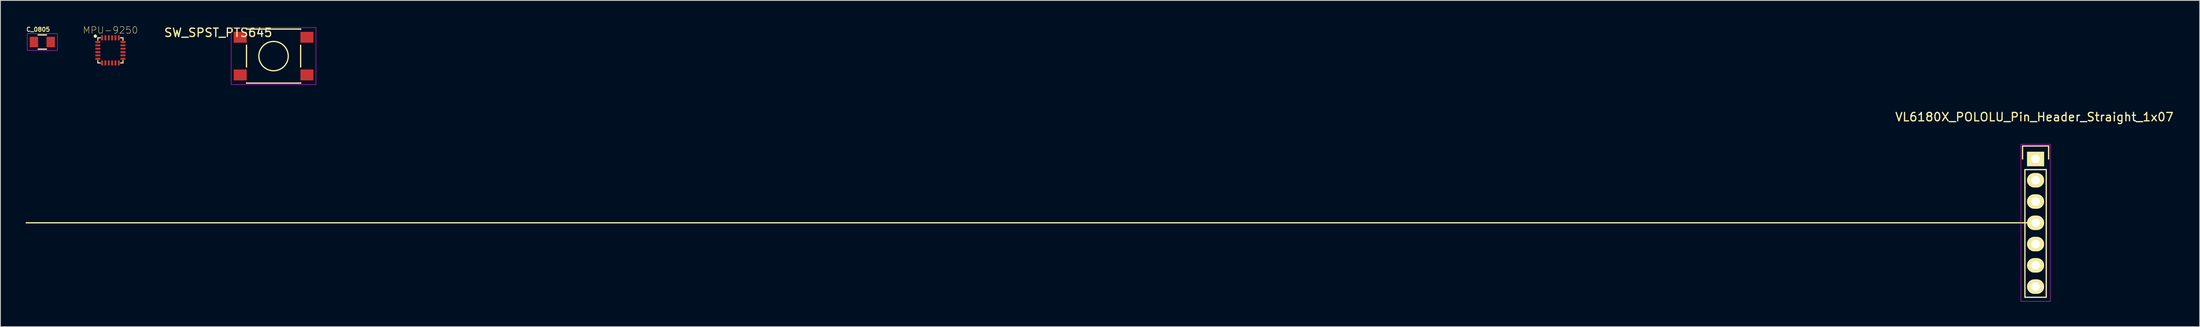
<source format=kicad_pcb>
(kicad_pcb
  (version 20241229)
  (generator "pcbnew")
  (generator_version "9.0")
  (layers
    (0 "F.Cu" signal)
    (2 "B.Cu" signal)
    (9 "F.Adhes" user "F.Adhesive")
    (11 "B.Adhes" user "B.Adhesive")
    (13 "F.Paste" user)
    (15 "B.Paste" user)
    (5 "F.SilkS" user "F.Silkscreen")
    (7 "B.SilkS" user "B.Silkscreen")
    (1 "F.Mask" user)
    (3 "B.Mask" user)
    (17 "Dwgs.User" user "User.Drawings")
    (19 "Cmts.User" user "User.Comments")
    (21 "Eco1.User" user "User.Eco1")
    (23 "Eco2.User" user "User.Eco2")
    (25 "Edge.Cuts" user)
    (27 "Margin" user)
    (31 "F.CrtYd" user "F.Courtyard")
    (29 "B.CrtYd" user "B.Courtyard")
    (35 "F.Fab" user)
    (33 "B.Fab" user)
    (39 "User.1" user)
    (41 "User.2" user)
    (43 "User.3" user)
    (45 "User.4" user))
  (footprint "C_0805"
    (layer "F.Cu")
    (at 1.993 1.968)
    (property "Reference" "C_0805" (at -0.5 -1.5 0) (layer "F.SilkS") (effects (font (size 0.5 0.5) (thickness 0.1))))
    (attr smd)
    (fp_line (start -0.5 0.85) (end 0.5 0.85) (stroke (width 0.15) (type solid)) (layer "F.SilkS"))
    (fp_line (start 0.5 -0.85) (end -0.5 -0.85) (stroke (width 0.15) (type solid)) (layer "F.SilkS"))
    (fp_line (start -1.8 -1) (end -1.8 1) (stroke (width 0.05) (type solid)) (layer "F.CrtYd"))
    (fp_line (start -1.8 -1) (end 1.8 -1) (stroke (width 0.05) (type solid)) (layer "F.CrtYd"))
    (fp_line (start -1.8 1) (end 1.8 1) (stroke (width 0.05) (type solid)) (layer "F.CrtYd"))
    (fp_line (start 1.8 -1) (end 1.8 1) (stroke (width 0.05) (type solid)) (layer "F.CrtYd"))
    (pad "1" smd rect (at -1 0) (size 1 1.25) (layers "F.Cu" "F.Mask" "F.Paste"))
    (pad "2" smd rect (at 1 0) (size 1 1.25) (layers "F.Cu" "F.Mask" "F.Paste")))
  (footprint "MPU-9250"
    (layer "F.Cu")
    (at 10.108 2.964)
    (property "Reference" "MPU-9250" (at 0 -2.408 0) (layer "F.SilkS") (effects (font (size 0.8 0.8) (thickness 0.05))))
    (attr smd)
    (fp_line (start -1.5 -1.5) (end -1.2 -1.5) (stroke (width 0.127) (type solid)) (layer "F.SilkS"))
    (fp_line (start -1.5 -1.2) (end -1.5 -1.5) (stroke (width 0.127) (type solid)) (layer "F.SilkS"))
    (fp_line (start -1.5 1.5) (end -1.5 1.2) (stroke (width 0.127) (type solid)) (layer "F.SilkS"))
    (fp_line (start -1.5 1.5) (end -1.2 1.5) (stroke (width 0.127) (type solid)) (layer "F.SilkS"))
    (fp_line (start 1.2 -1.5) (end 1.5 -1.5) (stroke (width 0.127) (type solid)) (layer "F.SilkS"))
    (fp_line (start 1.2 1.5) (end 1.5 1.5) (stroke (width 0.127) (type solid)) (layer "F.SilkS"))
    (fp_line (start 1.5 -1.2) (end 1.5 -1.5) (stroke (width 0.127) (type solid)) (layer "F.SilkS"))
    (fp_line (start 1.5 1.5) (end 1.5 1.2) (stroke (width 0.127) (type solid)) (layer "F.SilkS"))
    (fp_circle (center -1.8 -1.7) (end -1.6 -1.7) (stroke (width 0) (type solid)) (fill yes) (layer "F.SilkS"))
    (pad "1" smd rect (at -1.5 -1) (size 0.6 0.23) (layers "F.Cu" "F.Mask" "F.Paste"))
    (pad "2" smd rect (at -1.5 -0.6) (size 0.6 0.23) (layers "F.Cu" "F.Mask" "F.Paste"))
    (pad "3" smd rect (at -1.5 -0.2) (size 0.6 0.23) (layers "F.Cu" "F.Mask" "F.Paste"))
    (pad "4" smd rect (at -1.5 0.2) (size 0.6 0.23) (layers "F.Cu" "F.Mask" "F.Paste"))
    (pad "5" smd rect (at -1.5 0.6) (size 0.6 0.23) (layers "F.Cu" "F.Mask" "F.Paste"))
    (pad "6" smd rect (at -1.5 1) (size 0.6 0.23) (layers "F.Cu" "F.Mask" "F.Paste"))
    (pad "7" smd rect (at -1 1.5 90) (size 0.6 0.23) (layers "F.Cu" "F.Mask" "F.Paste"))
    (pad "8" smd rect (at -0.6 1.5 90) (size 0.6 0.23) (layers "F.Cu" "F.Mask" "F.Paste"))
    (pad "9" smd rect (at -0.2 1.5 90) (size 0.6 0.23) (layers "F.Cu" "F.Mask" "F.Paste"))
    (pad "10" smd rect (at 0.2 1.5 90) (size 0.6 0.23) (layers "F.Cu" "F.Mask" "F.Paste"))
    (pad "11" smd rect (at 0.6 1.5 90) (size 0.6 0.23) (layers "F.Cu" "F.Mask" "F.Paste"))
    (pad "12" smd rect (at 1 1.5 90) (size 0.6 0.23) (layers "F.Cu" "F.Mask" "F.Paste"))
    (pad "13" smd rect (at 1.5 1 180) (size 0.6 0.23) (layers "F.Cu" "F.Mask" "F.Paste"))
    (pad "14" smd rect (at 1.5 0.6 180) (size 0.6 0.23) (layers "F.Cu" "F.Mask" "F.Paste"))
    (pad "15" smd rect (at 1.5 0.2 180) (size 0.6 0.23) (layers "F.Cu" "F.Mask" "F.Paste"))
    (pad "16" smd rect (at 1.5 -0.2 180) (size 0.6 0.23) (layers "F.Cu" "F.Mask" "F.Paste"))
    (pad "17" smd rect (at 1.5 -0.6 180) (size 0.6 0.23) (layers "F.Cu" "F.Mask" "F.Paste"))
    (pad "18" smd rect (at 1.5 -1 180) (size 0.6 0.23) (layers "F.Cu" "F.Mask" "F.Paste"))
    (pad "19" smd rect (at 1 -1.5 270) (size 0.6 0.23) (layers "F.Cu" "F.Mask" "F.Paste"))
    (pad "20" smd rect (at 0.6 -1.5 270) (size 0.6 0.23) (layers "F.Cu" "F.Mask" "F.Paste"))
    (pad "21" smd rect (at 0.2 -1.5 270) (size 0.6 0.23) (layers "F.Cu" "F.Mask" "F.Paste"))
    (pad "22" smd rect (at -0.2 -1.5 270) (size 0.6 0.23) (layers "F.Cu" "F.Mask" "F.Paste"))
    (pad "23" smd rect (at -0.6 -1.5 270) (size 0.6 0.23) (layers "F.Cu" "F.Mask" "F.Paste"))
    (pad "24" smd rect (at -1 -1.5 270) (size 0.6 0.23) (layers "F.Cu" "F.Mask" "F.Paste")))
  (footprint "VL6180X_POLOLU_Pin_Header_Straight_1x07"
    (layer "F.Cu")
    (at 239.535 23.552)
    (property "Reference" "VL6180X_POLOLU_Pin_Header_Straight_1x07" (at -0.14 -12.63 0) (layer "F.SilkS") (effects (font (size 1 1) (thickness 0.15))))
    (attr through_hole)
    (fp_line (start -1.55 -9.17) (end 1.55 -9.17) (stroke (width 0.15) (type solid)) (layer "F.SilkS"))
    (fp_line (start -1.55 -7.62) (end -1.55 -9.17) (stroke (width 0.15) (type solid)) (layer "F.SilkS"))
    (fp_line (start -1.27 8.89) (end -1.27 -6.35) (stroke (width 0.15) (type solid)) (layer "F.SilkS"))
    (fp_line (start 0 0) (end -239.46 0) (stroke (width 0.15) (type solid)) (layer "F.SilkS"))
    (fp_line (start 1.27 -6.35) (end -1.27 -6.35) (stroke (width 0.15) (type solid)) (layer "F.SilkS"))
    (fp_line (start 1.27 -6.35) (end 1.27 8.89) (stroke (width 0.15) (type solid)) (layer "F.SilkS"))
    (fp_line (start 1.27 8.89) (end -1.27 8.89) (stroke (width 0.15) (type solid)) (layer "F.SilkS"))
    (fp_line (start 1.55 -9.17) (end 1.55 -7.62) (stroke (width 0.15) (type solid)) (layer "F.SilkS"))
    (fp_line (start -122.42 7.62) (end -122.41 7.62) (stroke (width 0.15) (type solid)) (layer "B.Paste"))
    (fp_line (start -1.75 -9.37) (end -1.75 9.38) (stroke (width 0.05) (type solid)) (layer "F.CrtYd"))
    (fp_line (start -1.75 -9.37) (end 1.75 -9.37) (stroke (width 0.05) (type solid)) (layer "F.CrtYd"))
    (fp_line (start -1.75 9.38) (end 1.75 9.38) (stroke (width 0.05) (type solid)) (layer "F.CrtYd"))
    (fp_line (start 1.75 -9.37) (end 1.75 9.38) (stroke (width 0.05) (type solid)) (layer "F.CrtYd"))
    (pad "1" thru_hole rect (at 0 -7.62) (size 2.032 1.727) (drill 1.016) (layers "*.Cu" "*.Mask" "F.SilkS"))
    (pad "2" thru_hole oval (at 0 -5.08) (size 2.032 1.727) (drill 1.016) (layers "*.Cu" "*.Mask" "F.SilkS"))
    (pad "3" thru_hole oval (at 0 -2.54) (size 2.032 1.727) (drill 1.016) (layers "*.Cu" "*.Mask" "F.SilkS"))
    (pad "4" thru_hole oval (at 0 0) (size 2.032 1.727) (drill 1.016) (layers "*.Cu" "*.Mask" "F.SilkS"))
    (pad "5" thru_hole oval (at 0 2.54) (size 2.032 1.727) (drill 1.016) (layers "*.Cu" "*.Mask" "F.SilkS"))
    (pad "6" thru_hole oval (at 0 5.08) (size 2.032 1.727) (drill 1.016) (layers "*.Cu" "*.Mask" "F.SilkS"))
    (pad "7" thru_hole oval (at 0 7.62) (size 2.032 1.727) (drill 1.016) (layers "*.Cu" "*.Mask" "F.SilkS")))
  (footprint "SW_SPST_PTS645"
    (layer "F.Cu")
    (at 29.552 3.648)
    (property "Reference" "SW_SPST_PTS645" (at -6.6 -2.8 0) (layer "F.SilkS") (effects (font (size 1 1) (thickness 0.15))))
    (attr smd)
    (fp_line (start -3.225 -3.225) (end 3.225 -3.225) (stroke (width 0.15) (type solid)) (layer "F.SilkS"))
    (fp_line (start -3.225 -3.2) (end -3.225 -3.225) (stroke (width 0.15) (type solid)) (layer "F.SilkS"))
    (fp_line (start -3.225 -1.3) (end -3.225 1.3) (stroke (width 0.15) (type solid)) (layer "F.SilkS"))
    (fp_line (start -3.225 3.225) (end -3.225 3.2) (stroke (width 0.15) (type solid)) (layer "F.SilkS"))
    (fp_line (start -3.225 3.225) (end 3.225 3.225) (stroke (width 0.15) (type solid)) (layer "F.SilkS"))
    (fp_line (start 3.225 -3.225) (end 3.225 -3.2) (stroke (width 0.15) (type solid)) (layer "F.SilkS"))
    (fp_line (start 3.225 -1.3) (end 3.225 1.3) (stroke (width 0.15) (type solid)) (layer "F.SilkS"))
    (fp_line (start 3.225 3.225) (end 3.225 3.2) (stroke (width 0.15) (type solid)) (layer "F.SilkS"))
    (fp_circle (center 0 0) (end 1.75 -0.05) (stroke (width 0.15) (type solid)) (fill no) (layer "F.SilkS"))
    (fp_line (start -5.05 -3.4) (end -5.05 3.4) (stroke (width 0.05) (type solid)) (layer "F.CrtYd"))
    (fp_line (start -5.05 -3.4) (end 5.05 -3.4) (stroke (width 0.05) (type solid)) (layer "F.CrtYd"))
    (fp_line (start -5.05 3.4) (end 5.05 3.4) (stroke (width 0.05) (type solid)) (layer "F.CrtYd"))
    (fp_line (start 5.05 3.4) (end 5.05 -3.4) (stroke (width 0.05) (type solid)) (layer "F.CrtYd"))
    (pad "1" smd rect (at -3.975 -2.25) (size 1.55 1.3) (layers "F.Cu" "F.Mask" "F.Paste"))
    (pad "1" smd rect (at 3.975 -2.25) (size 1.55 1.3) (layers "F.Cu" "F.Mask" "F.Paste"))
    (pad "2" smd rect (at -3.975 2.25) (size 1.55 1.3) (layers "F.Cu" "F.Mask" "F.Paste"))
    (pad "2" smd rect (at 3.975 2.25) (size 1.55 1.3) (layers "F.Cu" "F.Mask" "F.Paste")))
  (gr_rect
    (start -3 -3)
    (end 259.091 35.956)
    (stroke (width 0.1) (type default))
    (fill no)
    (layer "Edge.Cuts")))
</source>
